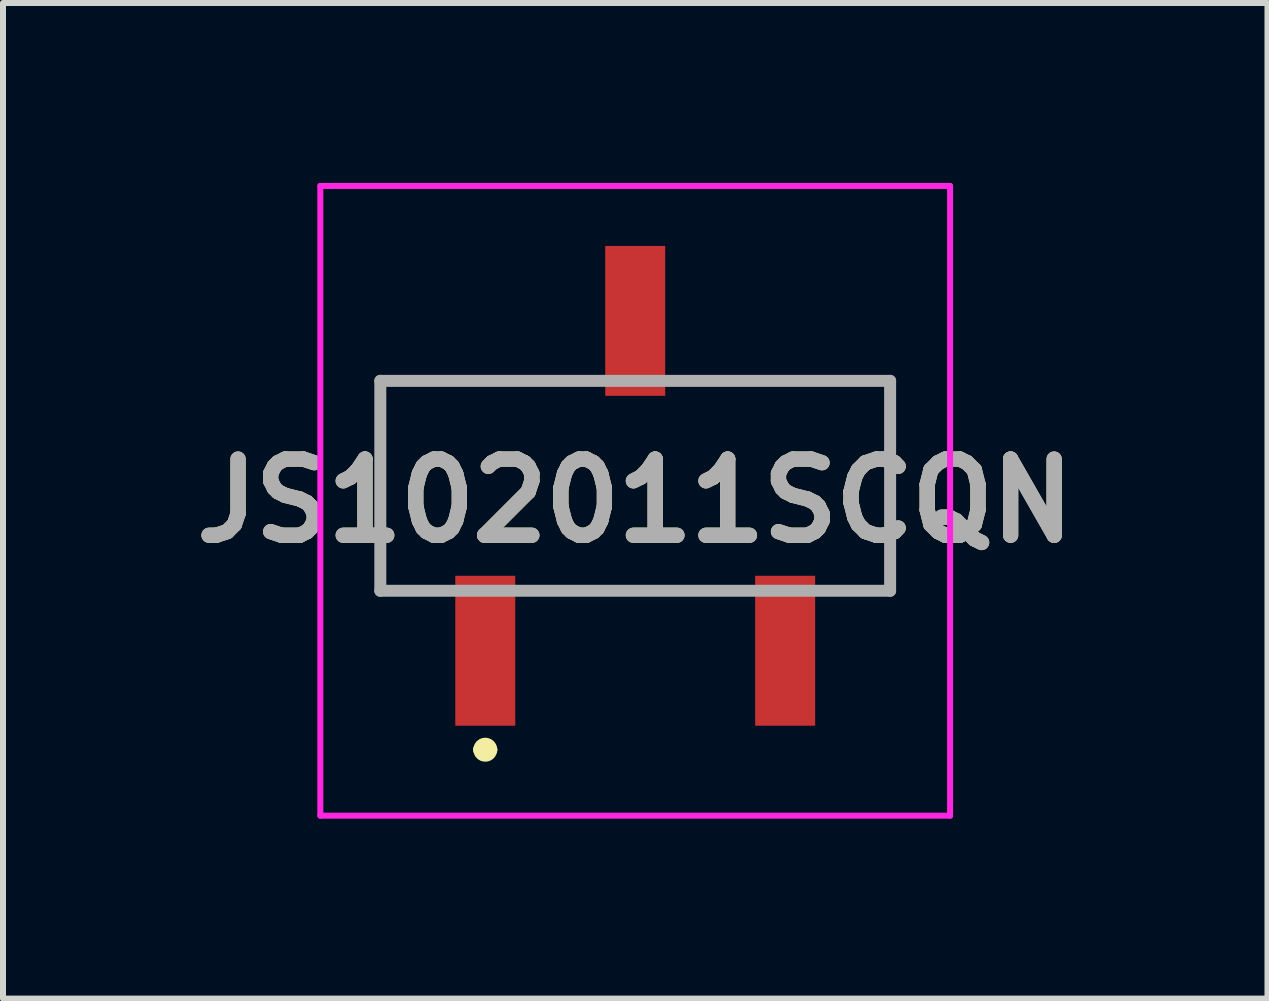
<source format=kicad_pcb>
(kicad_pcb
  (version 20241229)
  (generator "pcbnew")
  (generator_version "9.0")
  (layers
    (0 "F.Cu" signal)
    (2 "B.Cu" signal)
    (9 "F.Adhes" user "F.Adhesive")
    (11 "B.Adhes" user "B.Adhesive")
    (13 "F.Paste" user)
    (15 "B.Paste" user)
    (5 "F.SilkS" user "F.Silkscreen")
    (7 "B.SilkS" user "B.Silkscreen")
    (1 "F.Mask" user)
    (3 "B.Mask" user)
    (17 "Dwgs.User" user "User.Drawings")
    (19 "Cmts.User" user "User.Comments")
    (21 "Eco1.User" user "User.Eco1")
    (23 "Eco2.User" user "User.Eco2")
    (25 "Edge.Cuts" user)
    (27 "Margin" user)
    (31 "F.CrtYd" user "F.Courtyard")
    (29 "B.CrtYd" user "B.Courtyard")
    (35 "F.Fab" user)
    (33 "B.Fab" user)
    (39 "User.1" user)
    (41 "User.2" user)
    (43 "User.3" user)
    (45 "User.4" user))
  (footprint "JS102011SCQN"
    (layer "F.Cu")
    (at 7.541 5.925)
    (property "Reference" "JS102011SCQN" (at 0 -0.625 0) (layer "F.SilkS") (effects (font (size 1.27 1.27) (thickness 0.254))))
    (attr smd)
    (fp_line (start -4.25 -2.625) (end -1.5 -2.625) (stroke (width 0.1) (type solid)) (layer "F.SilkS"))
    (fp_line (start -4.25 0.875) (end -4.25 -2.625) (stroke (width 0.1) (type solid)) (layer "F.SilkS"))
    (fp_line (start -3.5 0.875) (end -4.25 0.875) (stroke (width 0.1) (type solid)) (layer "F.SilkS"))
    (fp_line (start -2.6 3.525) (end -2.6 3.525) (stroke (width 0.2) (type solid)) (layer "F.SilkS"))
    (fp_line (start -2.4 3.525) (end -2.4 3.525) (stroke (width 0.2) (type solid)) (layer "F.SilkS"))
    (fp_line (start -1 0.875) (end 1 0.875) (stroke (width 0.1) (type solid)) (layer "F.SilkS"))
    (fp_line (start 1.5 -2.625) (end 4.25 -2.625) (stroke (width 0.1) (type solid)) (layer "F.SilkS"))
    (fp_line (start 4.25 -2.625) (end 4.25 0.875) (stroke (width 0.1) (type solid)) (layer "F.SilkS"))
    (fp_line (start 4.25 0.875) (end 3.5 0.875) (stroke (width 0.1) (type solid)) (layer "F.SilkS"))
    (fp_arc (start -2.6 3.525) (mid -2.5 3.425) (end -2.4 3.525) (stroke (width 0.2) (type solid)) (layer "F.SilkS"))
    (fp_arc (start -2.4 3.525) (mid -2.5 3.625) (end -2.6 3.525) (stroke (width 0.2) (type solid)) (layer "F.SilkS"))
    (fp_line (start -5.25 -5.875) (end 5.25 -5.875) (stroke (width 0.1) (type solid)) (layer "F.CrtYd"))
    (fp_line (start -5.25 4.625) (end -5.25 -5.875) (stroke (width 0.1) (type solid)) (layer "F.CrtYd"))
    (fp_line (start 5.25 -5.875) (end 5.25 4.625) (stroke (width 0.1) (type solid)) (layer "F.CrtYd"))
    (fp_line (start 5.25 4.625) (end -5.25 4.625) (stroke (width 0.1) (type solid)) (layer "F.CrtYd"))
    (fp_line (start -4.25 -2.625) (end 4.25 -2.625) (stroke (width 0.2) (type solid)) (layer "F.Fab"))
    (fp_line (start -4.25 0.875) (end -4.25 -2.625) (stroke (width 0.2) (type solid)) (layer "F.Fab"))
    (fp_line (start 4.25 -2.625) (end 4.25 0.875) (stroke (width 0.2) (type solid)) (layer "F.Fab"))
    (fp_line (start 4.25 0.875) (end -4.25 0.875) (stroke (width 0.2) (type solid)) (layer "F.Fab"))
    (fp_text user "${REFERENCE}" (at 0 -0.625 0) (layer "F.Fab") (effects (font (size 1.27 1.27) (thickness 0.254))))
    (pad "1" smd rect (at -2.5 1.875) (size 1 2.5) (layers "F.Cu" "F.Mask" "F.Paste"))
    (pad "2" smd rect (at 0 -3.625) (size 1 2.5) (layers "F.Cu" "F.Mask" "F.Paste"))
    (pad "3" smd rect (at 2.5 1.875) (size 1 2.5) (layers "F.Cu" "F.Mask" "F.Paste")))
  (gr_rect
    (start -3 -3)
    (end 18.083 13.6)
    (stroke (width 0.1) (type default))
    (fill no)
    (layer "Edge.Cuts")))
</source>
